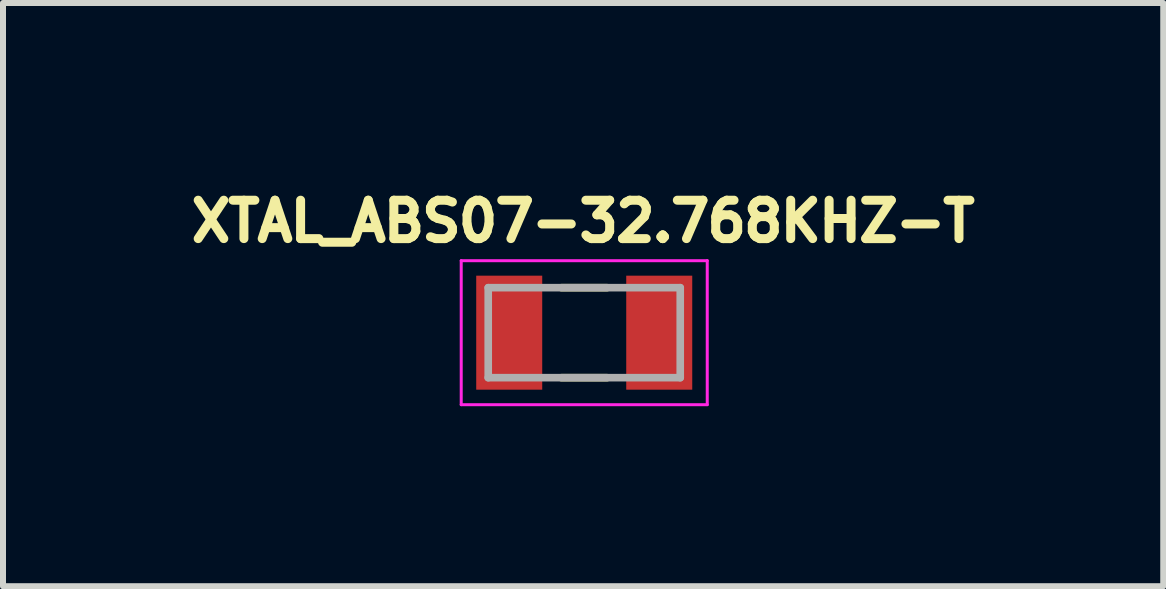
<source format=kicad_pcb>
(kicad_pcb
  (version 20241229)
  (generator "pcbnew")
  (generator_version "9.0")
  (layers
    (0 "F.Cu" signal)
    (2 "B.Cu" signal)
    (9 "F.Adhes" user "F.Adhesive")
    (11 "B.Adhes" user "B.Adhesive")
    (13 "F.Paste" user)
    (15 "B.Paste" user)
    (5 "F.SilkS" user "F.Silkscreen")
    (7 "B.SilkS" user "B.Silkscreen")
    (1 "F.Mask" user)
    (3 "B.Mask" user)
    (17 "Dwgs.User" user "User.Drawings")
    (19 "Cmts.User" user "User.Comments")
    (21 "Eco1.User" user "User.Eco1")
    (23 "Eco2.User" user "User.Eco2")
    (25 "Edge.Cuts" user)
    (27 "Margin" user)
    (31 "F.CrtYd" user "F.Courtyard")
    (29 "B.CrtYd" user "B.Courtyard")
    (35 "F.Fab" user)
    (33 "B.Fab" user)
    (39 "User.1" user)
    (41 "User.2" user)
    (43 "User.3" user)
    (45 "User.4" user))
  (footprint "XTAL_ABS07-32.768KHZ-T"
    (layer "F.Cu")
    (at 6.686 2.494)
    (property "Reference" "XTAL_ABS07-32.768KHZ-T" (at -0.018 -1.856 0) (layer "F.SilkS") (effects (font (size 0.64 0.64) (thickness 0.15))))
    (attr through_hole)
    (fp_line (start -0.38 -0.75) (end 0.38 -0.75) (stroke (width 0.127) (type solid)) (layer "F.SilkS"))
    (fp_line (start -0.38 0.75) (end 0.38 0.75) (stroke (width 0.127) (type solid)) (layer "F.SilkS"))
    (fp_line (start -2.05 -1.2) (end -2.05 1.2) (stroke (width 0.05) (type solid)) (layer "F.CrtYd"))
    (fp_line (start -2.05 1.2) (end 2.05 1.2) (stroke (width 0.05) (type solid)) (layer "F.CrtYd"))
    (fp_line (start 2.05 -1.2) (end -2.05 -1.2) (stroke (width 0.05) (type solid)) (layer "F.CrtYd"))
    (fp_line (start 2.05 1.2) (end 2.05 -1.2) (stroke (width 0.05) (type solid)) (layer "F.CrtYd"))
    (fp_line (start -1.6 -0.75) (end -1.6 0.75) (stroke (width 0.127) (type solid)) (layer "F.Fab"))
    (fp_line (start -1.6 -0.75) (end 1.6 -0.75) (stroke (width 0.127) (type solid)) (layer "F.Fab"))
    (fp_line (start -1.6 0.75) (end 1.6 0.75) (stroke (width 0.127) (type solid)) (layer "F.Fab"))
    (fp_line (start 1.6 -0.75) (end 1.6 0.75) (stroke (width 0.127) (type solid)) (layer "F.Fab"))
    (pad "1" smd rect (at -1.25 0) (size 1.1 1.9) (layers "F.Cu" "F.Mask" "F.Paste"))
    (pad "2" smd rect (at 1.25 0) (size 1.1 1.9) (layers "F.Cu" "F.Mask" "F.Paste")))
  (gr_rect
    (start -3 -3)
    (end 16.335 6.719)
    (stroke (width 0.1) (type default))
    (fill no)
    (layer "Edge.Cuts")))
</source>
